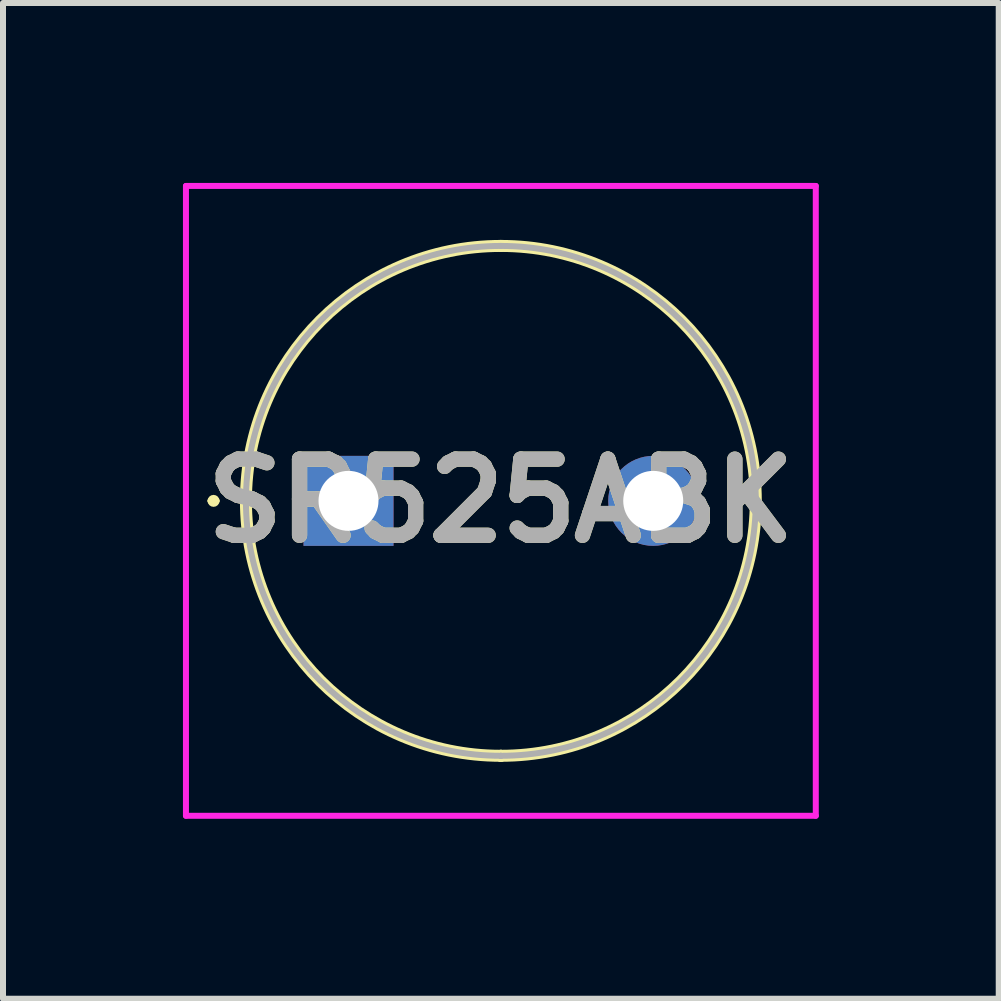
<source format=kicad_pcb>
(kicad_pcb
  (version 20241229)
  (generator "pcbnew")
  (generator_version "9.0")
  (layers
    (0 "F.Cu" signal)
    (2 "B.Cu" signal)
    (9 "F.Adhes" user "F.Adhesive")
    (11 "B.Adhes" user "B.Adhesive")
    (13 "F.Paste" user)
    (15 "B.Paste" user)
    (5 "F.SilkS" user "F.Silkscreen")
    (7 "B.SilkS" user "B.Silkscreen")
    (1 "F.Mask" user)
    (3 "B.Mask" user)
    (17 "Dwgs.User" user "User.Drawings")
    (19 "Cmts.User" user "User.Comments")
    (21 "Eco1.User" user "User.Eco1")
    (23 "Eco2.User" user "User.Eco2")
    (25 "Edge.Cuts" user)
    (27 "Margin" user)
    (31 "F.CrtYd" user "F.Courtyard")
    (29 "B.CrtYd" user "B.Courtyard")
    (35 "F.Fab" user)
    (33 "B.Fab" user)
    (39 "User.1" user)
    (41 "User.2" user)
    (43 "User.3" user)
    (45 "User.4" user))
  (footprint "SR525ABK"
    (layer "F.Cu")
    (at 2.76 5.3)
    (property "Reference" "SR525ABK" (at 2.54 0 0) (layer "F.SilkS") (effects (font (size 1.27 1.27) (thickness 0.254))))
    (attr through_hole)
    (fp_line (start -2.3 0) (end -2.3 0) (stroke (width 0.1) (type solid)) (layer "F.SilkS"))
    (fp_line (start -2.2 0) (end -2.2 0) (stroke (width 0.1) (type solid)) (layer "F.SilkS"))
    (fp_line (start 2.54 -4.25) (end 2.54 -4.25) (stroke (width 0.2) (type solid)) (layer "F.SilkS"))
    (fp_line (start 2.54 4.25) (end 2.54 4.25) (stroke (width 0.2) (type solid)) (layer "F.SilkS"))
    (fp_arc (start -2.3 0) (mid -2.25 -0.05) (end -2.2 0) (stroke (width 0.1) (type solid)) (layer "F.SilkS"))
    (fp_arc (start -2.2 0) (mid -2.25 0.05) (end -2.3 0) (stroke (width 0.1) (type solid)) (layer "F.SilkS"))
    (fp_arc (start 2.54 -4.25) (mid 6.79 0) (end 2.54 4.25) (stroke (width 0.2) (type solid)) (layer "F.SilkS"))
    (fp_arc (start 2.54 4.25) (mid -1.71 0) (end 2.54 -4.25) (stroke (width 0.2) (type solid)) (layer "F.SilkS"))
    (fp_line (start -2.71 -5.25) (end 7.79 -5.25) (stroke (width 0.1) (type solid)) (layer "F.CrtYd"))
    (fp_line (start -2.71 5.25) (end -2.71 -5.25) (stroke (width 0.1) (type solid)) (layer "F.CrtYd"))
    (fp_line (start 7.79 -5.25) (end 7.79 5.25) (stroke (width 0.1) (type solid)) (layer "F.CrtYd"))
    (fp_line (start 7.79 5.25) (end -2.71 5.25) (stroke (width 0.1) (type solid)) (layer "F.CrtYd"))
    (fp_line (start 2.54 -4.25) (end 2.54 -4.25) (stroke (width 0.1) (type solid)) (layer "F.Fab"))
    (fp_line (start 2.54 4.25) (end 2.54 4.25) (stroke (width 0.1) (type solid)) (layer "F.Fab"))
    (fp_arc (start 2.54 -4.25) (mid 6.79 0) (end 2.54 4.25) (stroke (width 0.1) (type solid)) (layer "F.Fab"))
    (fp_arc (start 2.54 4.25) (mid -1.71 0) (end 2.54 -4.25) (stroke (width 0.1) (type solid)) (layer "F.Fab"))
    (fp_text user "${REFERENCE}" (at 2.54 0 0) (layer "F.Fab") (effects (font (size 1.27 1.27) (thickness 0.254))))
    (pad "1" thru_hole rect (at 0 0) (size 1.5 1.5) (drill 1) (layers "*.Cu" "*.Mask"))
    (pad "2" thru_hole circle (at 5.08 0) (size 1.5 1.5) (drill 1) (layers "*.Cu" "*.Mask")))
  (gr_rect
    (start -3 -3)
    (end 13.6 13.6)
    (stroke (width 0.1) (type default))
    (fill no)
    (layer "Edge.Cuts")))
</source>
